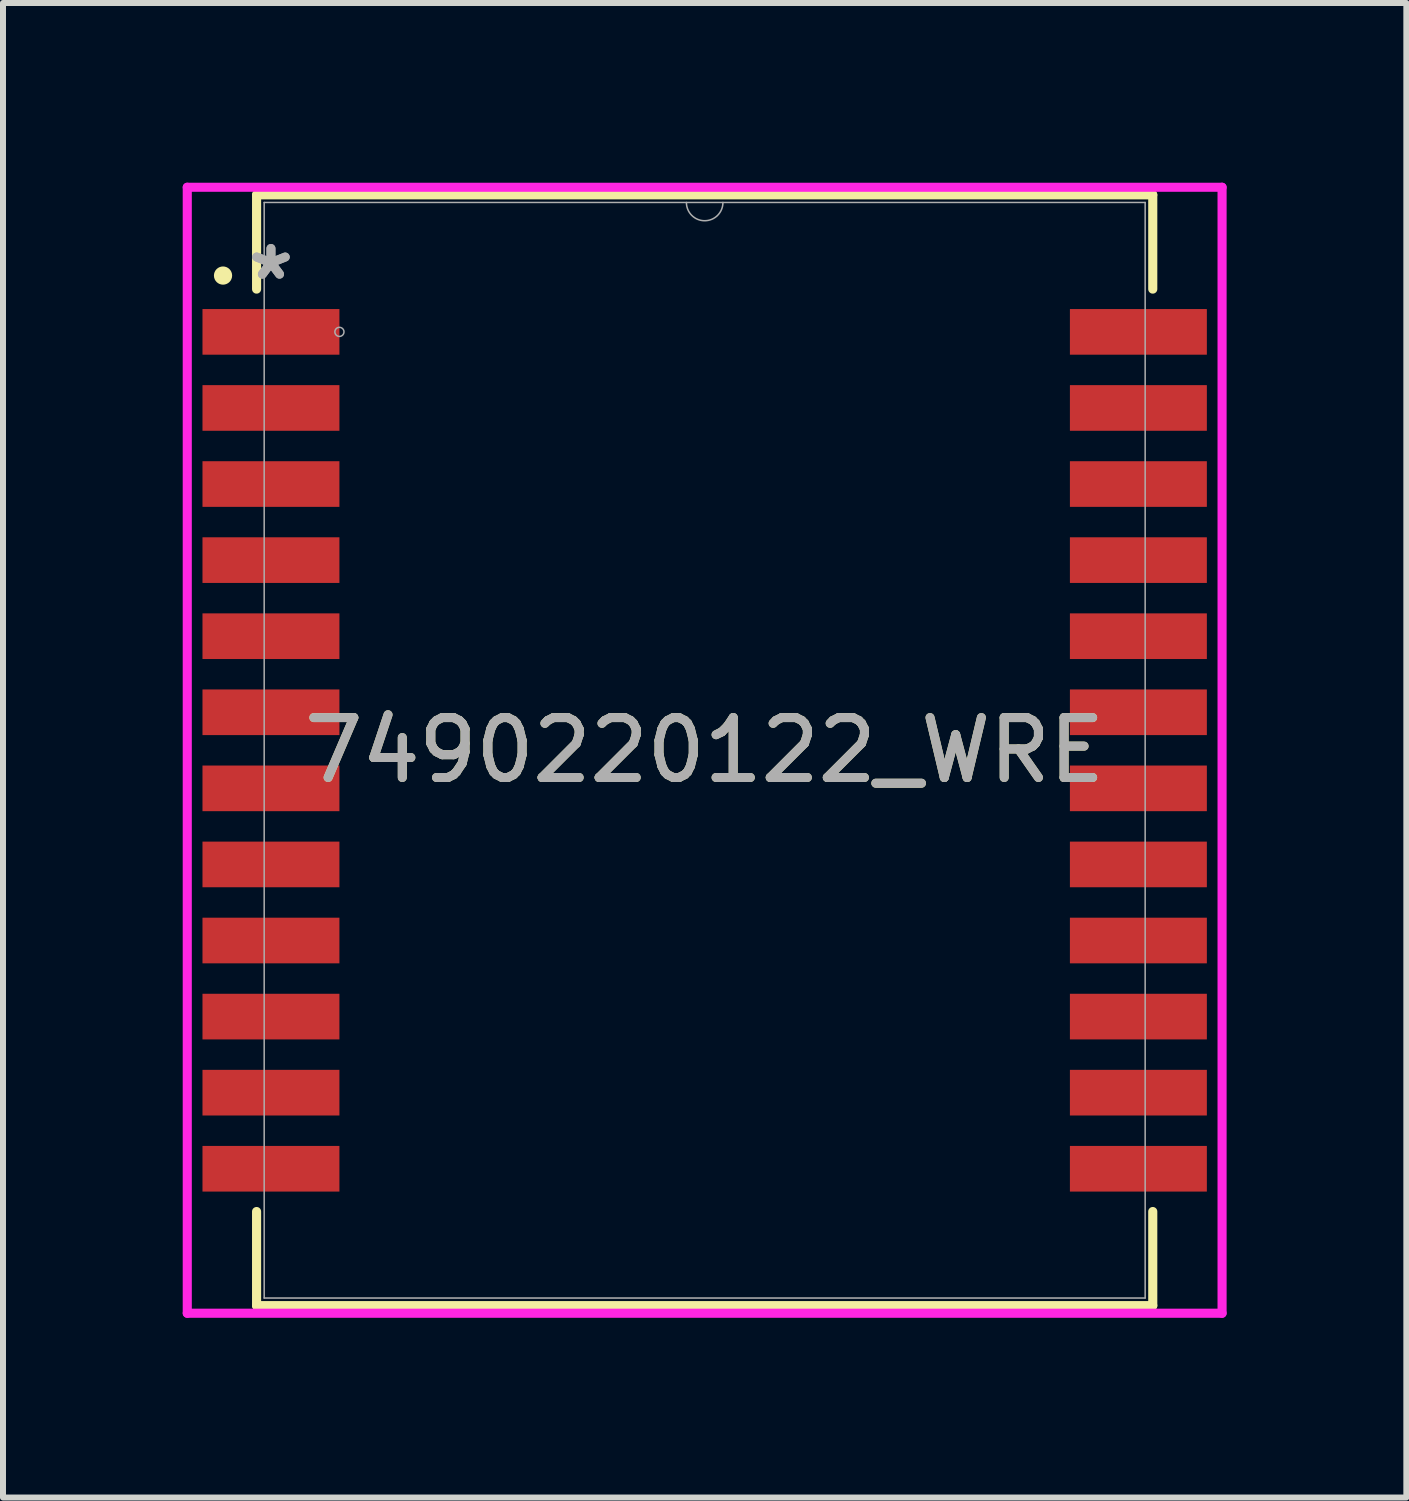
<source format=kicad_pcb>
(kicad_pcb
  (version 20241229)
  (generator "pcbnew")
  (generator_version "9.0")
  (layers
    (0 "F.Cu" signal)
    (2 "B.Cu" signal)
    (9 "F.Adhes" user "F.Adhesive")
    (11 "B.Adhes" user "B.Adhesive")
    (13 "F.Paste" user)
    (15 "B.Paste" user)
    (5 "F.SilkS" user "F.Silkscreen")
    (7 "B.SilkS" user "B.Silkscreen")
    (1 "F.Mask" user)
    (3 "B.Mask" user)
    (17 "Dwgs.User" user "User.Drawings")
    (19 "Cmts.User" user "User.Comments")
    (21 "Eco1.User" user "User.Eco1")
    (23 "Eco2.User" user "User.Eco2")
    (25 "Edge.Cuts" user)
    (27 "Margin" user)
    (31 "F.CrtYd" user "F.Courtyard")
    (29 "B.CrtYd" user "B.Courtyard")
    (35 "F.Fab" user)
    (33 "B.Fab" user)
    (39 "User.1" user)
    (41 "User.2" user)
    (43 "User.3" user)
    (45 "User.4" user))
  (footprint "7490220122_WRE"
    (layer "F.Cu")
    (at 1.473 2.49)
    (property "Reference" "7490220122_WRE" (at 7.24 6.984 0) (unlocked yes) (layer "F.SilkS") (effects (font (size 1 1) (thickness 0.15))))
    (attr smd)
    (fp_line (start -0.24 -2.287) (end -0.24 -0.714) (stroke (width 0.152) (type solid)) (layer "F.SilkS"))
    (fp_line (start -0.24 14.684) (end -0.24 16.255) (stroke (width 0.152) (type solid)) (layer "F.SilkS"))
    (fp_line (start -0.24 16.255) (end 14.72 16.255) (stroke (width 0.152) (type solid)) (layer "F.SilkS"))
    (fp_line (start 14.72 -2.287) (end -0.24 -2.287) (stroke (width 0.152) (type solid)) (layer "F.SilkS"))
    (fp_line (start 14.72 -0.714) (end 14.72 -2.287) (stroke (width 0.152) (type solid)) (layer "F.SilkS"))
    (fp_line (start 14.72 16.255) (end 14.72 14.684) (stroke (width 0.152) (type solid)) (layer "F.SilkS"))
    (fp_circle (center -0.8 -0.94) (end -0.724 -0.94) (stroke (width 0.152) (type solid)) (fill no) (layer "F.SilkS"))
    (fp_line (start -1.397 -2.414) (end 15.877 -2.414) (stroke (width 0.152) (type solid)) (layer "F.CrtYd"))
    (fp_line (start -1.397 16.382) (end -1.397 -2.414) (stroke (width 0.152) (type solid)) (layer "F.CrtYd"))
    (fp_line (start 15.877 -2.414) (end 15.877 16.382) (stroke (width 0.152) (type solid)) (layer "F.CrtYd"))
    (fp_line (start 15.877 16.382) (end -1.397 16.382) (stroke (width 0.152) (type solid)) (layer "F.CrtYd"))
    (fp_line (start -0.113 -2.16) (end -0.113 16.128) (stroke (width 0.025) (type solid)) (layer "F.Fab"))
    (fp_line (start -0.113 16.128) (end 14.593 16.128) (stroke (width 0.025) (type solid)) (layer "F.Fab"))
    (fp_line (start 14.593 -2.16) (end -0.113 -2.16) (stroke (width 0.025) (type solid)) (layer "F.Fab"))
    (fp_line (start 14.593 16.128) (end 14.593 -2.16) (stroke (width 0.025) (type solid)) (layer "F.Fab"))
    (fp_arc (start 7.544799 -2.16) (mid 7.239999 -1.8552) (end 6.935199 -2.16) (stroke (width 0.0254) (type solid)) (layer "F.Fab"))
    (fp_circle (center 1.143 0) (end 1.219 0) (stroke (width 0.025) (type solid)) (fill no) (layer "F.Fab"))
    (fp_text user "*" (at 0 -0.847 0) (unlocked yes) (layer "F.Fab") (effects (font (size 1 1) (thickness 0.15))))
    (fp_text user "*" (at 0 -0.847 0) (layer "F.Fab") (effects (font (size 1 1) (thickness 0.15))))
    (fp_text user "${REFERENCE}" (at 7.24 6.984 0) (unlocked yes) (layer "F.Fab") (effects (font (size 1 1) (thickness 0.15))))
    (pad "1" smd rect (at 0.000001 0.000001) (size 2.286 0.762) (layers "F.Cu" "F.Mask" "F.Paste"))
    (pad "2" smd rect (at 0.000001 1.27) (size 2.286 0.762) (layers "F.Cu" "F.Mask" "F.Paste"))
    (pad "3" smd rect (at 0.000001 2.54) (size 2.286 0.762) (layers "F.Cu" "F.Mask" "F.Paste"))
    (pad "4" smd rect (at 0.000001 3.81) (size 2.286 0.762) (layers "F.Cu" "F.Mask" "F.Paste"))
    (pad "5" smd rect (at 0.000001 5.08) (size 2.286 0.762) (layers "F.Cu" "F.Mask" "F.Paste"))
    (pad "6" smd rect (at 0.000001 6.35) (size 2.286 0.762) (layers "F.Cu" "F.Mask" "F.Paste"))
    (pad "7" smd rect (at 0.000001 7.62) (size 2.286 0.762) (layers "F.Cu" "F.Mask" "F.Paste"))
    (pad "8" smd rect (at 0.000001 8.89) (size 2.286 0.762) (layers "F.Cu" "F.Mask" "F.Paste"))
    (pad "9" smd rect (at 0.000001 10.16) (size 2.286 0.762) (layers "F.Cu" "F.Mask" "F.Paste"))
    (pad "10" smd rect (at 0.000001 11.43) (size 2.286 0.762) (layers "F.Cu" "F.Mask" "F.Paste"))
    (pad "11" smd rect (at 0.000001 12.7) (size 2.286 0.762) (layers "F.Cu" "F.Mask" "F.Paste"))
    (pad "12" smd rect (at 0.000001 13.97) (size 2.286 0.762) (layers "F.Cu" "F.Mask" "F.Paste"))
    (pad "13" smd rect (at 14.48 13.97) (size 2.286 0.762) (layers "F.Cu" "F.Mask" "F.Paste"))
    (pad "14" smd rect (at 14.48 12.7) (size 2.286 0.762) (layers "F.Cu" "F.Mask" "F.Paste"))
    (pad "15" smd rect (at 14.48 11.43) (size 2.286 0.762) (layers "F.Cu" "F.Mask" "F.Paste"))
    (pad "16" smd rect (at 14.48 10.16) (size 2.286 0.762) (layers "F.Cu" "F.Mask" "F.Paste"))
    (pad "17" smd rect (at 14.48 8.89) (size 2.286 0.762) (layers "F.Cu" "F.Mask" "F.Paste"))
    (pad "18" smd rect (at 14.48 7.62) (size 2.286 0.762) (layers "F.Cu" "F.Mask" "F.Paste"))
    (pad "19" smd rect (at 14.48 6.35) (size 2.286 0.762) (layers "F.Cu" "F.Mask" "F.Paste"))
    (pad "20" smd rect (at 14.48 5.08) (size 2.286 0.762) (layers "F.Cu" "F.Mask" "F.Paste"))
    (pad "21" smd rect (at 14.48 3.81) (size 2.286 0.762) (layers "F.Cu" "F.Mask" "F.Paste"))
    (pad "22" smd rect (at 14.48 2.54) (size 2.286 0.762) (layers "F.Cu" "F.Mask" "F.Paste"))
    (pad "23" smd rect (at 14.48 1.27) (size 2.286 0.762) (layers "F.Cu" "F.Mask" "F.Paste"))
    (pad "24" smd rect (at 14.48 0.000001) (size 2.286 0.762) (layers "F.Cu" "F.Mask" "F.Paste")))
  (gr_rect
    (start -3 -3)
    (end 20.426 21.948)
    (stroke (width 0.1) (type default))
    (fill no)
    (layer "Edge.Cuts")))
</source>
